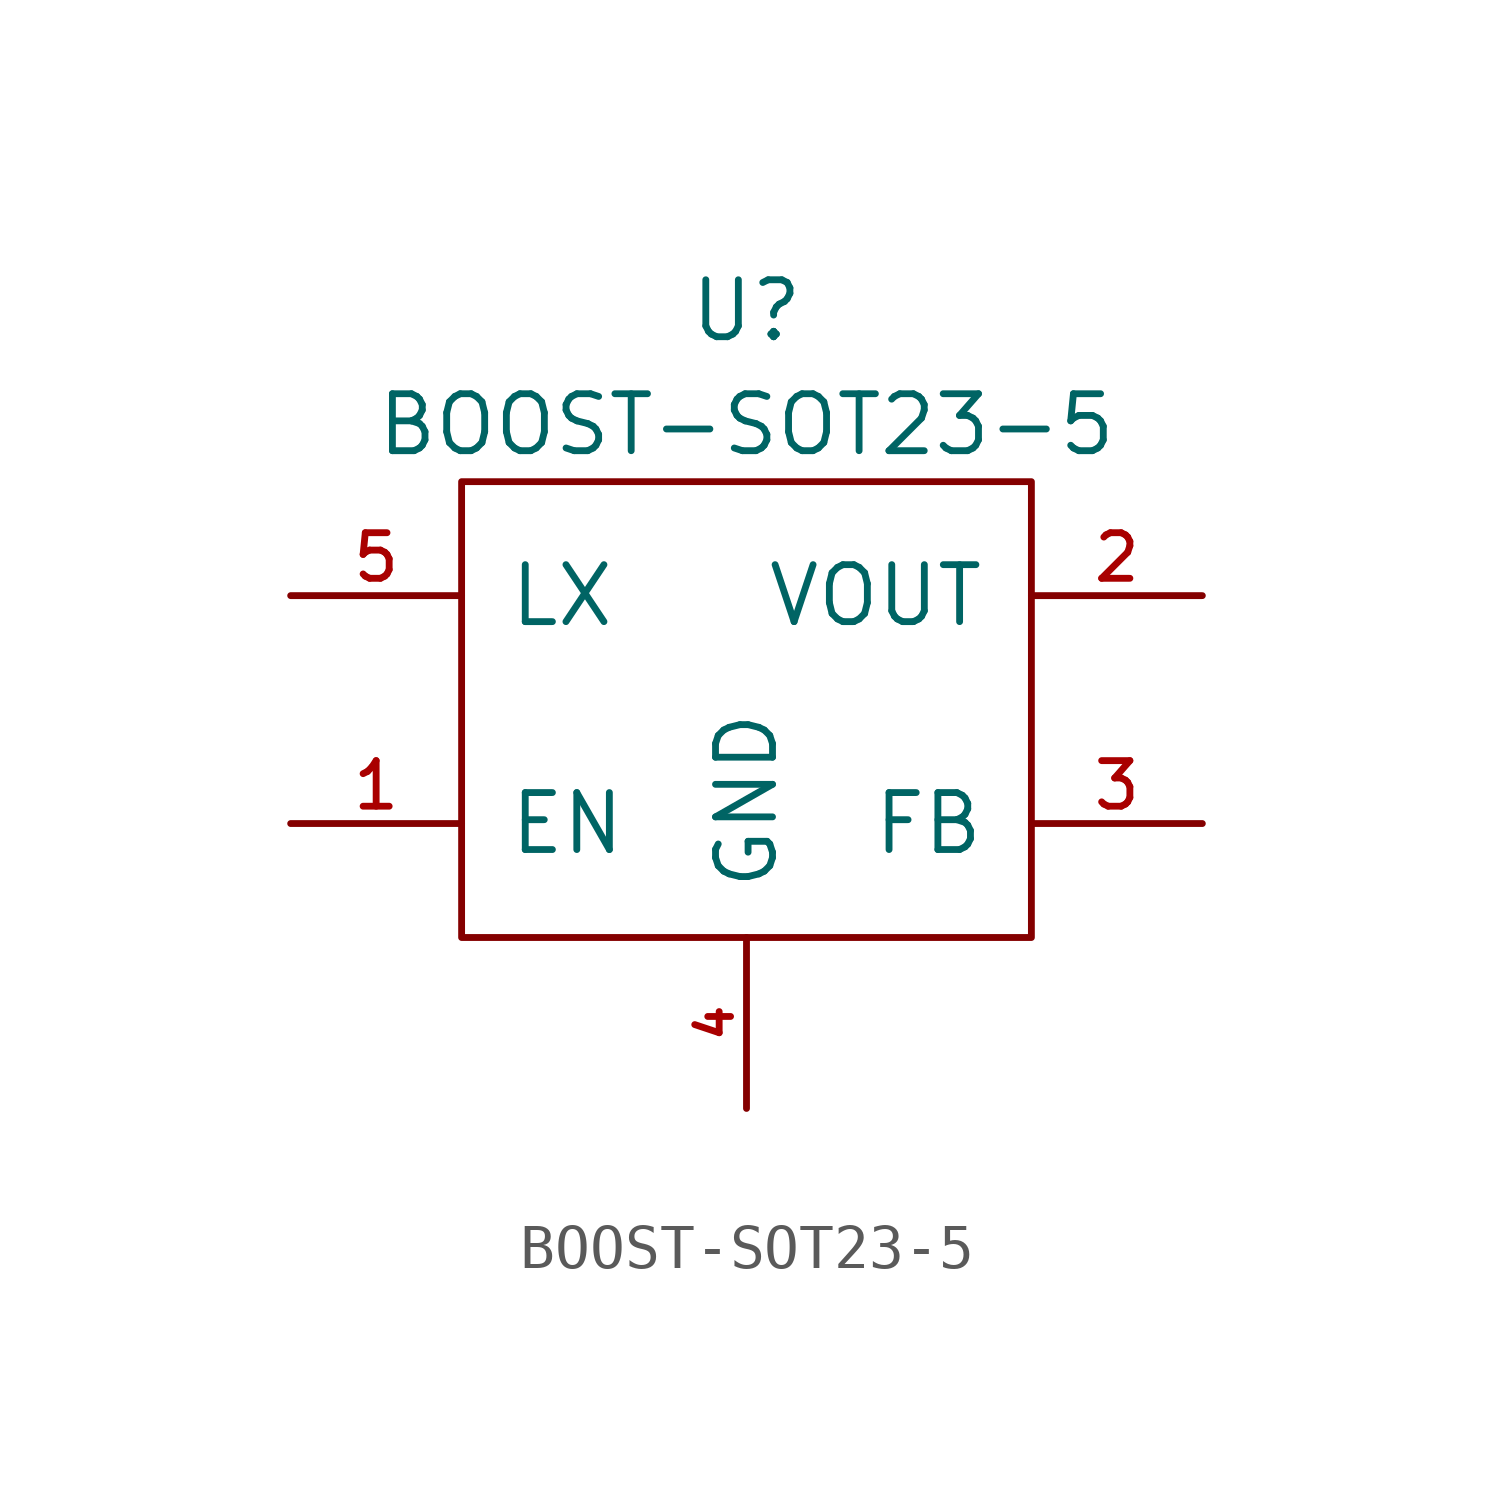
<source format=kicad_sym>
(kicad_symbol_lib
  (version 20211014)
  (generator kicad_symbol_editor)
  (symbol "BOOST-SOT23-5"
    (pin_names
      (offset 1.016))
    (property "Reference" "U"
      (at 0 8.89 0)
      (effects (font (size 1.27 1.27))))
    (property "Value" "BOOST-SOT23-5"
      (at 0 6.35 0)
      (effects (font (size 1.27 1.27))))
    (symbol "BOOST-SOT23-5_0_1"
      (rectangle (start -6.35 -5.08) (end 6.35 5.08) (stroke (width 0) (type default) (color 0 0 0 0)) (fill (type none))))
    (symbol "BOOST-SOT23-5_1_1"
      (pin input line (at -10.16 -2.54 0) (length 3.81) (name "EN" (effects (font (size 1.27 1.27)))) (number "1" (effects (font (size 1.016 1.016)))))
      (pin power_out line (at 10.16 2.54 180) (length 3.81) (name "VOUT" (effects (font (size 1.27 1.27)))) (number "2" (effects (font (size 1.016 1.016)))))
      (pin passive line (at 10.16 -2.54 180) (length 3.81) (name "FB" (effects (font (size 1.27 1.27)))) (number "3" (effects (font (size 1.016 1.016)))))
      (pin power_in line (at 0 -8.89 90) (length 3.81) (name "GND" (effects (font (size 1.27 1.27)))) (number "4" (effects (font (size 0.762 0.762)))))
      (pin passive line (at -10.16 2.54 0) (length 3.81) (name "LX" (effects (font (size 1.27 1.27)))) (number "5" (effects (font (size 1.016 1.016))))))))
</source>
